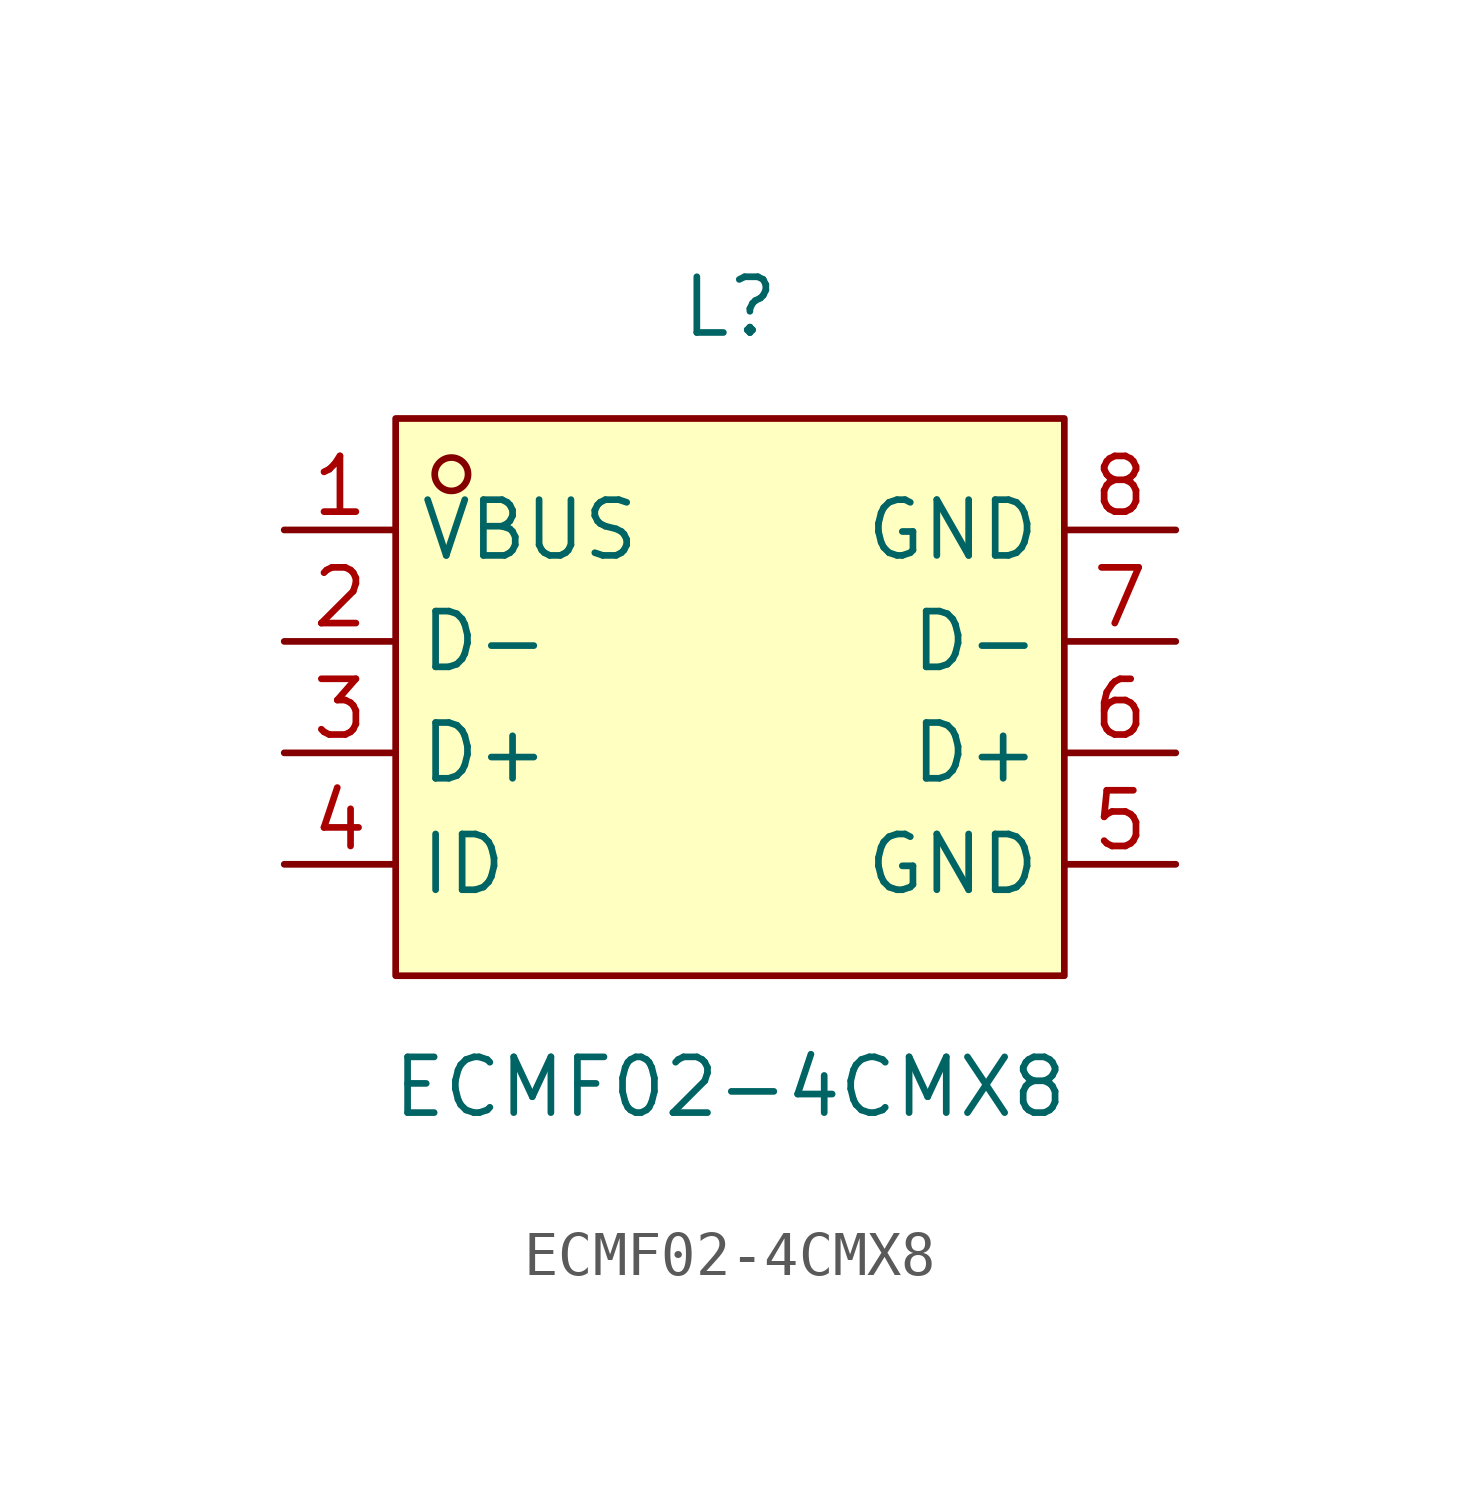
<source format=kicad_sym>
(kicad_symbol_lib
  (version 20241209)
  (generator "kicad_symbol_editor")
  (generator_version "9.0")
  (symbol "ECMF02-4CMX8"
    (property "Reference" "L"
      (at 0 8.89 0)
      (effects (font (size 1.27 1.27))))
    (property "Value" "ECMF02-4CMX8"
      (at 0 -8.89 0)
      (effects (font (size 1.27 1.27))))
    (symbol "ECMF02-4CMX8_0_1"
      (rectangle (start -7.62 6.35) (end 7.62 -6.35) (stroke (width 0) (type default)) (fill (type background)))
      (circle (center -6.35 5.08) (radius 0.38) (stroke (width 0) (type default)) (fill (type none)))
      (pin power_in line (at -10.16 3.81 0) (length 2.54) (name "VBUS" (effects (font (size 1.27 1.27)))) (number "1" (effects (font (size 1.27 1.27)))))
      (pin input line (at -10.16 1.27 0) (length 2.54) (name "D-" (effects (font (size 1.27 1.27)))) (number "2" (effects (font (size 1.27 1.27)))))
      (pin input line (at -10.16 -1.27 0) (length 2.54) (name "D+" (effects (font (size 1.27 1.27)))) (number "3" (effects (font (size 1.27 1.27)))))
      (pin input line (at -10.16 -3.81 0) (length 2.54) (name "ID" (effects (font (size 1.27 1.27)))) (number "4" (effects (font (size 1.27 1.27)))))
      (pin power_in line (at 10.16 3.81 180) (length 2.54) (name "GND" (effects (font (size 1.27 1.27)))) (number "8" (effects (font (size 1.27 1.27)))))
      (pin output line (at 10.16 1.27 180) (length 2.54) (name "D-" (effects (font (size 1.27 1.27)))) (number "7" (effects (font (size 1.27 1.27)))))
      (pin output line (at 10.16 -1.27 180) (length 2.54) (name "D+" (effects (font (size 1.27 1.27)))) (number "6" (effects (font (size 1.27 1.27)))))
      (pin power_in line (at 10.16 -3.81 180) (length 2.54) (name "GND" (effects (font (size 1.27 1.27)))) (number "5" (effects (font (size 1.27 1.27))))))))
</source>
